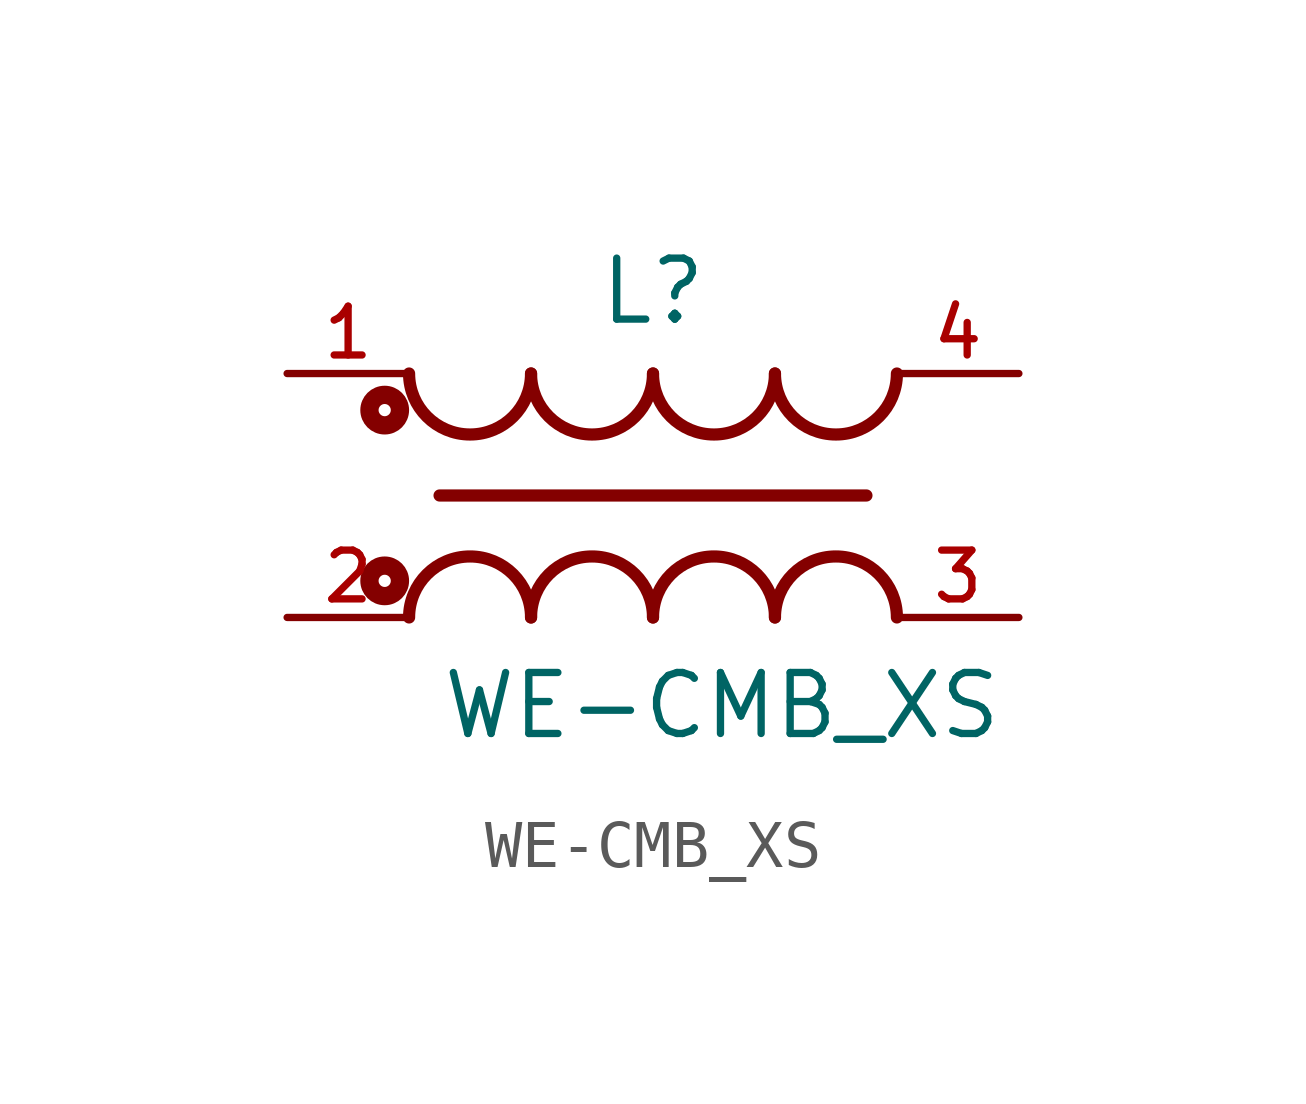
<source format=kicad_sym>
(kicad_symbol_lib
  (version 20241209)
  (generator "kicad_symbol_editor")
  (generator_version "9.0")
  (symbol "WE-CMB_XS"
    (pin_names
      (offset 1.016))
    (property "Reference" "L"
      (at 0 3.51 0)
      (effects (font (size 1.27 1.27)) (justify bottom)))
    (property "Value" "WE-CMB_XS"
      (at -4.44 -5.12 0)
      (effects (font (size 1.27 1.27)) (justify left bottom)))
    (symbol "WE-CMB_XS_0_0"
      (circle (center -5.588 1.778) (radius 0.127) (stroke (width 0.381) (type default)) (fill (type none)))
      (circle (center -5.588 -1.778) (radius 0.127) (stroke (width 0.381) (type default)) (fill (type none)))
      (polyline (pts (xy -4.445 0) (xy 4.445 0)) (stroke (width 0.254) (type default)) (fill (type none)))
      (arc (start -2.54 2.54) (mid -3.81 1.2755) (end -5.08 2.54) (stroke (width 0.254) (type default)) (fill (type none)))
      (arc (start -5.08 -2.54) (mid -3.81 -1.2755) (end -2.54 -2.54) (stroke (width 0.254) (type default)) (fill (type none)))
      (arc (start 0 2.54) (mid -1.27 1.2755) (end -2.54 2.54) (stroke (width 0.254) (type default)) (fill (type none)))
      (arc (start -2.54 -2.54) (mid -1.27 -1.2755) (end 0 -2.54) (stroke (width 0.254) (type default)) (fill (type none)))
      (arc (start 2.54 2.54) (mid 1.27 1.2755) (end 0 2.54) (stroke (width 0.254) (type default)) (fill (type none)))
      (arc (start 0 -2.54) (mid 1.27 -1.2755) (end 2.54 -2.54) (stroke (width 0.254) (type default)) (fill (type none)))
      (arc (start 5.08 2.54) (mid 3.81 1.2755) (end 2.54 2.54) (stroke (width 0.254) (type default)) (fill (type none)))
      (arc (start 2.54 -2.54) (mid 3.81 -1.2755) (end 5.08 -2.54) (stroke (width 0.254) (type default)) (fill (type none)))
      (pin passive line (at -7.62 2.54 0) (length 2.54) (name "~" (effects (font (size 1.016 1.016)))) (number "1" (effects (font (size 1.016 1.016)))))
      (pin passive line (at -7.62 -2.54 0) (length 2.54) (name "~" (effects (font (size 1.016 1.016)))) (number "2" (effects (font (size 1.016 1.016)))))
      (pin passive line (at 7.62 2.54 180) (length 2.54) (name "~" (effects (font (size 1.016 1.016)))) (number "4" (effects (font (size 1.016 1.016)))))
      (pin passive line (at 7.62 -2.54 180) (length 2.54) (name "~" (effects (font (size 1.016 1.016)))) (number "3" (effects (font (size 1.016 1.016))))))))
</source>
